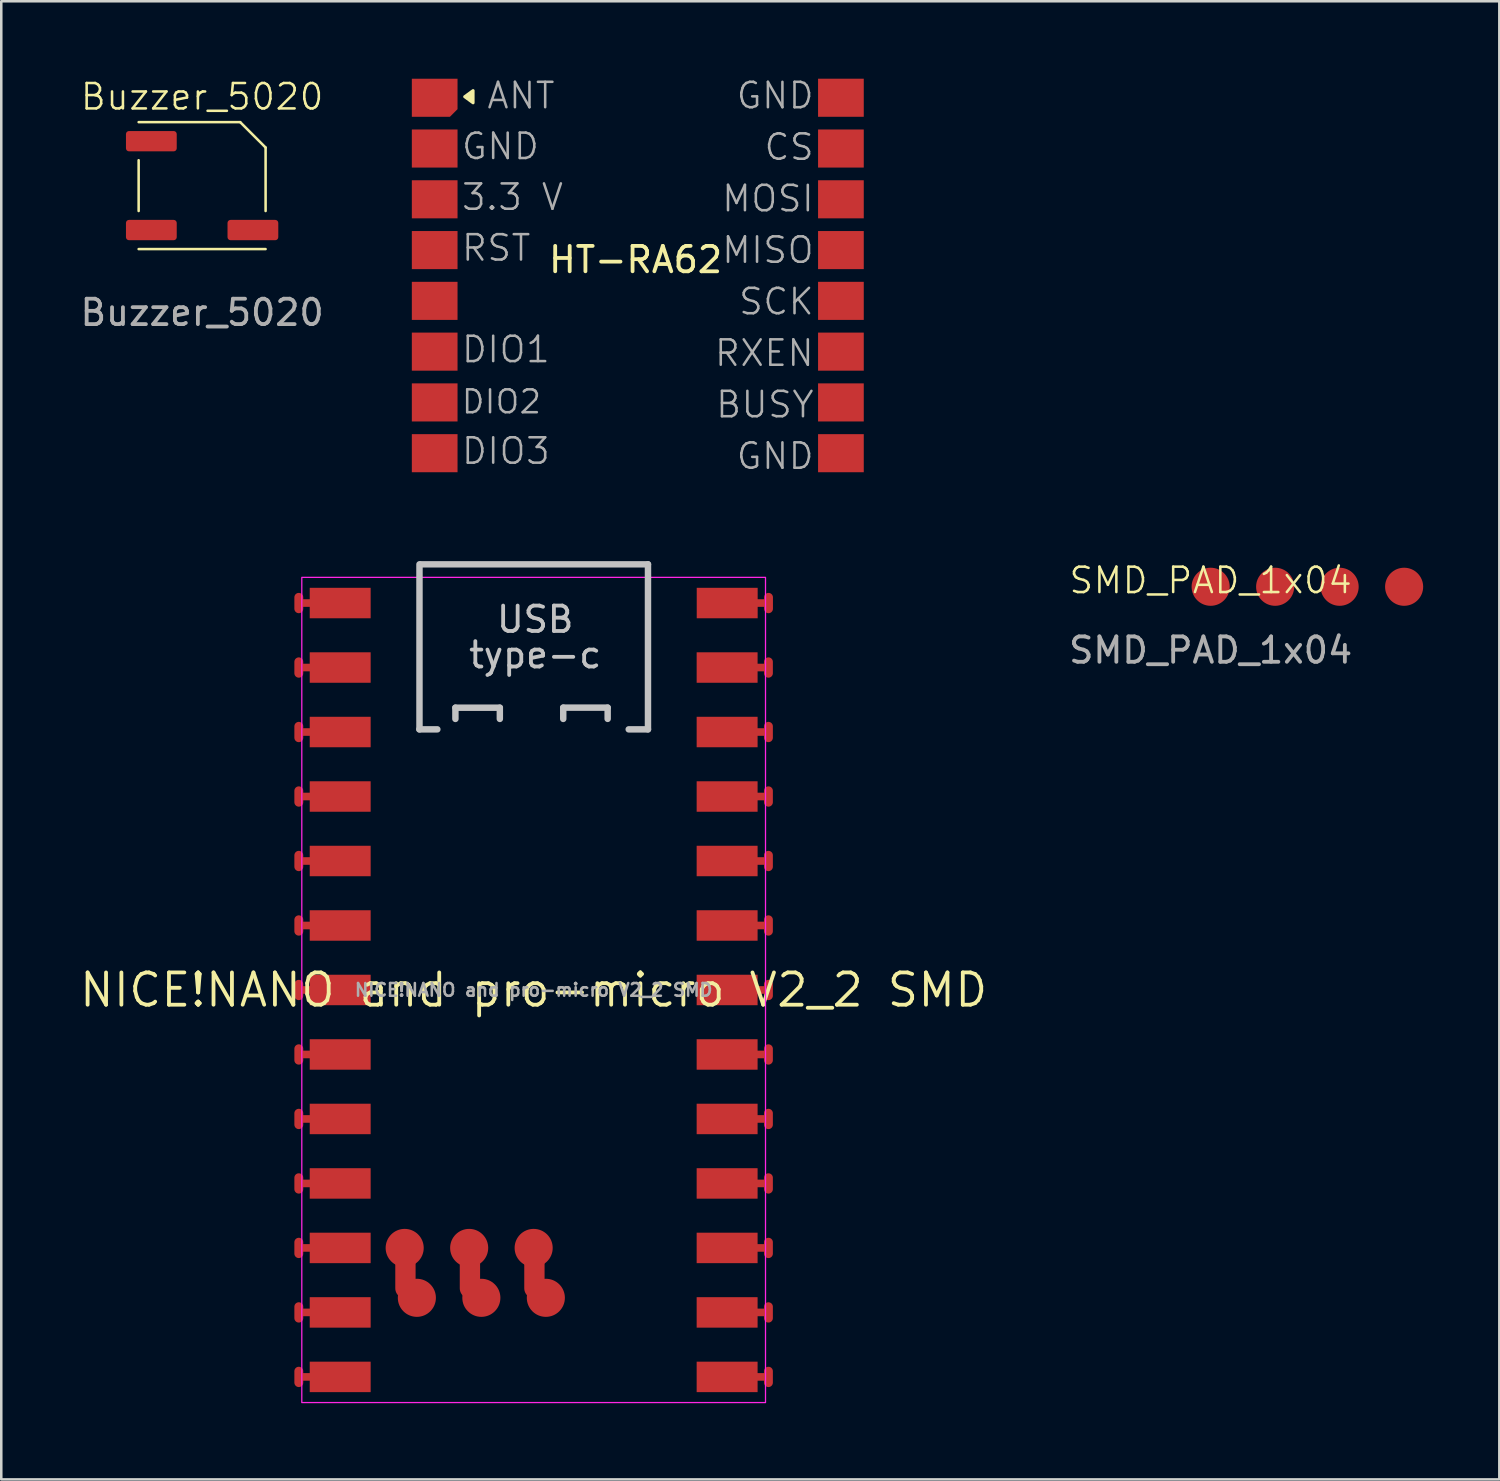
<source format=kicad_pcb>
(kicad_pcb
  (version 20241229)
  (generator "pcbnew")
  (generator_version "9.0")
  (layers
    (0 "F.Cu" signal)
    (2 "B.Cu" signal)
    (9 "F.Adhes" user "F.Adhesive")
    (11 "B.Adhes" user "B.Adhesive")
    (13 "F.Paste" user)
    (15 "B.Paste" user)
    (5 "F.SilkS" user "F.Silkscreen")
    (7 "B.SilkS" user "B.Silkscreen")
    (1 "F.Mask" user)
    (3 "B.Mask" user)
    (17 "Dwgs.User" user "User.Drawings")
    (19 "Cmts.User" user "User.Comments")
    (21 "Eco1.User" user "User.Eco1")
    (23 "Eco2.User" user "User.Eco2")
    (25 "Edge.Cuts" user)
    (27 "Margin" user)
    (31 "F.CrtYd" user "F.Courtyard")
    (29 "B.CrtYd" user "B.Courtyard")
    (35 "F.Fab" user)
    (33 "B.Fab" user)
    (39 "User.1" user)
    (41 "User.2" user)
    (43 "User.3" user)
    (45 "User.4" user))
  (footprint "Buzzer_5020"
    (layer "F.Cu")
    (at 4.911 4.261)
    (property "Reference" "Buzzer_5020" (at 0 -3.5 0) (unlocked yes) (layer "F.SilkS") (effects (font (size 1 1) (thickness 0.1))))
    (attr smd)
    (fp_line (start -2.5 -2.5) (end 1.5 -2.5) (stroke (width 0.1) (type solid)) (layer "F.SilkS"))
    (fp_line (start -2.5 -1) (end -2.5 1) (stroke (width 0.1) (type solid)) (layer "F.SilkS"))
    (fp_line (start -2.5 2.5) (end 2.5 2.5) (stroke (width 0.1) (type solid)) (layer "F.SilkS"))
    (fp_line (start 2.5 -1.5) (end 1.5 -2.5) (stroke (width 0.1) (type default)) (layer "F.SilkS"))
    (fp_line (start 2.5 1) (end 2.5 -1.5) (stroke (width 0.1) (type solid)) (layer "F.SilkS"))
    (fp_text user "${REFERENCE}" (at 0 5 0) (unlocked yes) (layer "F.Fab") (effects (font (size 1 1) (thickness 0.15))))
    (pad "" smd roundrect (at -2 -1.75) (size 2 0.8) (layers "F.Cu" "F.Mask" "F.Paste") (roundrect_rratio 0.15))
    (pad "1" smd roundrect (at -2 1.75) (size 2 0.8) (layers "F.Cu" "F.Mask" "F.Paste") (roundrect_rratio 0.15))
    (pad "2" smd roundrect (at 2 1.75) (size 2 0.8) (layers "F.Cu" "F.Mask" "F.Paste") (roundrect_rratio 0.15)))
  (footprint "SMD_PAD_1x04"
    (layer "F.Cu")
    (at 44.634 20.061)
    (property "Reference" "SMD_PAD_1x04" (at 0 -0.25 0) (unlocked yes) (layer "F.SilkS") (effects (font (size 1 1) (thickness 0.1))))
    (attr smd)
    (fp_text user "${REFERENCE}" (at 0 2.5 0) (unlocked yes) (layer "F.Fab") (effects (font (size 1 1) (thickness 0.15))))
    (pad "1" smd circle (at 0 0 90) (size 1.5 1.5) (layers "F.Cu" "F.Mask" "F.Paste"))
    (pad "2" smd circle (at 2.54 0 90) (size 1.5 1.5) (layers "F.Cu" "F.Mask" "F.Paste"))
    (pad "3" smd circle (at 5.08 0 90) (size 1.5 1.5) (layers "F.Cu" "F.Mask" "F.Paste"))
    (pad "4" smd circle (at 7.62 0 90) (size 1.5 1.5) (layers "F.Cu" "F.Mask" "F.Paste")))
  (footprint "HT-RA62"
    (layer "F.Cu")
    (at 13.071 15.8)
    (property "Reference" "HT-RA62" (at 8.913 -8.62 0) (layer "F.SilkS") (effects (font (size 1 1) (thickness 0.15))))
    (fp_poly (pts (xy 2.182 -15.041) (xy 2.512 -15.281) (xy 2.512 -14.801)) (stroke (width 0.12) (type solid)) (fill yes) (layer "F.SilkS"))
    (fp_text user "GND" (at 2 -12.5 0) (unlocked yes) (layer "F.Fab") (effects (font (size 1 1) (thickness 0.1)) (justify left bottom)))
    (fp_text user "DIO1" (at 2 -4.5 0) (unlocked yes) (layer "F.Fab") (effects (font (size 1 1) (thickness 0.1)) (justify left bottom)))
    (fp_text user "ANT" (at 3 -14.5 0) (unlocked yes) (layer "F.Fab") (effects (font (size 1 1) (thickness 0.1)) (justify left bottom)))
    (fp_text user "MOSI" (at 16 -10.443 0) (unlocked yes) (layer "F.Fab") (effects (font (size 1 1) (thickness 0.1)) (justify right bottom)))
    (fp_text user "RST" (at 2 -8.5 0) (unlocked yes) (layer "F.Fab") (effects (font (size 1 1) (thickness 0.1)) (justify left bottom)))
    (fp_text user "BUSY" (at 16 -2.329 0) (unlocked yes) (layer "F.Fab") (effects (font (size 1 1) (thickness 0.1)) (justify right bottom)))
    (fp_text user "MISO" (at 16 -8.414 0) (unlocked yes) (layer "F.Fab") (effects (font (size 1 1) (thickness 0.1)) (justify right bottom)))
    (fp_text user "SCK" (at 16 -6.386 0) (unlocked yes) (layer "F.Fab") (effects (font (size 1 1) (thickness 0.1)) (justify right bottom)))
    (fp_text user "DIO3" (at 2 -0.5 0) (unlocked yes) (layer "F.Fab") (effects (font (size 1 1) (thickness 0.1)) (justify left bottom)))
    (fp_text user "GND" (at 16 -0.3 0) (unlocked yes) (layer "F.Fab") (effects (font (size 1 1) (thickness 0.1)) (justify right bottom)))
    (fp_text user "RXEN" (at 16 -4.357 0) (unlocked yes) (layer "F.Fab") (effects (font (size 1 1) (thickness 0.1)) (justify right bottom)))
    (fp_text user "GND" (at 16 -14.5 0) (unlocked yes) (layer "F.Fab") (effects (font (size 1 1) (thickness 0.1)) (justify right bottom)))
    (fp_text user "3.3 V" (at 2 -10.5 0) (unlocked yes) (layer "F.Fab") (effects (font (size 1 1) (thickness 0.1)) (justify left bottom)))
    (fp_text user "CS" (at 16 -12.471 0) (unlocked yes) (layer "F.Fab") (effects (font (size 1 1) (thickness 0.1)) (justify right bottom)))
    (fp_text user "DIO2" (at 2 -2.5 0) (unlocked yes) (layer "F.Fab") (effects (font (size 0.9 0.9) (thickness 0.1)) (justify left bottom)))
    (pad "1" smd roundrect (at 1 -15 90) (size 1.5 1.8) (layers "F.Cu" "F.Mask" "F.Paste") (roundrect_rratio 0) (chamfer_ratio 0.2) (chamfer bottom_left))
    (pad "2" smd rect (at 1 -13 90) (size 1.5 1.8) (layers "F.Cu" "F.Mask" "F.Paste"))
    (pad "3" smd rect (at 1 -11 90) (size 1.5 1.8) (layers "F.Cu" "F.Mask" "F.Paste"))
    (pad "4" smd rect (at 1 -9 90) (size 1.5 1.8) (layers "F.Cu" "F.Mask" "F.Paste"))
    (pad "5" smd rect (at 1 -7 90) (size 1.5 1.8) (layers "F.Cu" "F.Mask" "F.Paste"))
    (pad "6" smd rect (at 1 -5 90) (size 1.5 1.8) (layers "F.Cu" "F.Mask" "F.Paste"))
    (pad "7" smd rect (at 1 -3 90) (size 1.5 1.8) (layers "F.Cu" "F.Mask" "F.Paste"))
    (pad "8" smd rect (at 1 -1 90) (size 1.5 1.8) (layers "F.Cu" "F.Mask" "F.Paste"))
    (pad "9" smd rect (at 17 -1 90) (size 1.5 1.8) (layers "F.Cu" "F.Mask" "F.Paste"))
    (pad "10" smd rect (at 17 -3 90) (size 1.5 1.8) (layers "F.Cu" "F.Mask" "F.Paste"))
    (pad "11" smd rect (at 17 -5 90) (size 1.5 1.8) (layers "F.Cu" "F.Mask" "F.Paste"))
    (pad "12" smd rect (at 17 -7 90) (size 1.5 1.8) (layers "F.Cu" "F.Mask" "F.Paste"))
    (pad "13" smd rect (at 17 -9 90) (size 1.5 1.8) (layers "F.Cu" "F.Mask" "F.Paste"))
    (pad "14" smd rect (at 17 -11 90) (size 1.5 1.8) (layers "F.Cu" "F.Mask" "F.Paste"))
    (pad "15" smd rect (at 17 -13 90) (size 1.5 1.8) (layers "F.Cu" "F.Mask" "F.Paste"))
    (pad "16" smd rect (at 17 -15 90) (size 1.5 1.8) (layers "F.Cu" "F.Mask" "F.Paste")))
  (footprint "NICE!NANO and pro-micro V2_2 SMD"
    (layer "F.Cu")
    (at 17.969 35.942)
    (property "Reference" "NICE!NANO and pro-micro V2_2 SMD" (at 0 0 180) (layer "F.SilkS") (effects (font (size 1.27 1.27) (thickness 0.15))))
    (attr smd)
    (fp_line (start -4.502 -10.265) (end -3.793 -10.265) (stroke (width 0.254) (type solid)) (layer "Dwgs.User"))
    (fp_line (start -4.497 -16.765) (end -4.497 -10.265) (stroke (width 0.254) (type solid)) (layer "Dwgs.User"))
    (fp_line (start -4.447 -16.765) (end 4.503 -16.765) (stroke (width 0.254) (type solid)) (layer "Dwgs.User"))
    (fp_line (start -3.082 -11.118) (end -3.082 -10.676) (stroke (width 0.254) (type solid)) (layer "Dwgs.User"))
    (fp_line (start -3.082 -11.118) (end -1.332 -11.118) (stroke (width 0.254) (type solid)) (layer "Dwgs.User"))
    (fp_line (start -1.332 -11.118) (end -1.332 -10.676) (stroke (width 0.254) (type solid)) (layer "Dwgs.User"))
    (fp_line (start 1.165 -11.12) (end 1.165 -10.676) (stroke (width 0.254) (type solid)) (layer "Dwgs.User"))
    (fp_line (start 1.165 -11.12) (end 2.915 -11.12) (stroke (width 0.254) (type solid)) (layer "Dwgs.User"))
    (fp_line (start 2.915 -11.12) (end 2.915 -10.678) (stroke (width 0.254) (type solid)) (layer "Dwgs.User"))
    (fp_line (start 3.744 -10.265) (end 4.503 -10.265) (stroke (width 0.254) (type solid)) (layer "Dwgs.User"))
    (fp_line (start 4.503 -16.765) (end 4.503 -10.265) (stroke (width 0.254) (type solid)) (layer "Dwgs.User"))
    (fp_rect (start -9.132 -16.252) (end 9.132 16.252) (stroke (width 0.05) (type default)) (fill no) (layer "F.CrtYd"))
    (fp_text user "type-c" (at 0.06 -12.61 0) (unlocked yes) (layer "Dwgs.User") (effects (font (size 1 1) (thickness 0.15)) (justify bottom)))
    (fp_text user "USB" (at 0.06 -14.01 0) (unlocked yes) (layer "Dwgs.User") (effects (font (size 1 1) (thickness 0.15)) (justify bottom)))
    (fp_text user "${REFERENCE}" (at 0 0 180) (layer "F.Fab") (effects (font (size 0.5 0.5) (thickness 0.1))))
    (pad "0" smd oval (at -9.25 -15.24 270) (size 0.8 0.35) (layers "F.Cu" "F.Mask"))
    (pad "0" smd rect (at -9 -15.24 270) (size 0.3 0.5) (layers "F.Cu"))
    (pad "0" smd rect (at -7.62 -15.24 270) (size 1.2 2.4) (layers "F.Cu" "F.Mask" "F.Paste"))
    (pad "1" smd oval (at -9.25 -12.7 270) (size 0.8 0.35) (layers "F.Cu" "F.Mask"))
    (pad "1" smd rect (at -9 -12.7 270) (size 0.3 0.5) (layers "F.Cu"))
    (pad "1" smd rect (at -7.62 -12.7 270) (size 1.2 2.4) (layers "F.Cu" "F.Mask" "F.Paste"))
    (pad "2" smd oval (at -9.25 -10.16 270) (size 0.8 0.35) (layers "F.Cu" "F.Mask"))
    (pad "2" smd rect (at -9 -10.16 270) (size 0.3 0.5) (layers "F.Cu"))
    (pad "2" smd rect (at -7.62 -10.16 270) (size 1.2 2.4) (layers "F.Cu" "F.Mask" "F.Paste"))
    (pad "3" smd oval (at -9.25 -7.62 270) (size 0.8 0.35) (layers "F.Cu" "F.Mask"))
    (pad "3" smd rect (at -9 -7.62 270) (size 0.3 0.5) (layers "F.Cu"))
    (pad "3" smd rect (at -7.62 -7.62 270) (size 1.2 2.4) (layers "F.Cu" "F.Mask" "F.Paste"))
    (pad "4" smd oval (at -9.25 -5.08 270) (size 0.8 0.35) (layers "F.Cu" "F.Mask"))
    (pad "4" smd rect (at -9 -5.08 270) (size 0.3 0.5) (layers "F.Cu"))
    (pad "4" smd rect (at -7.62 -5.08 270) (size 1.2 2.4) (layers "F.Cu" "F.Mask" "F.Paste"))
    (pad "5" smd oval (at -9.25 -2.54 270) (size 0.8 0.35) (layers "F.Cu" "F.Mask"))
    (pad "5" smd rect (at -9 -2.54 270) (size 0.3 0.5) (layers "F.Cu"))
    (pad "5" smd rect (at -7.62 -2.54 270) (size 1.2 2.4) (layers "F.Cu" "F.Mask" "F.Paste"))
    (pad "6" smd oval (at -9.25 0 270) (size 0.8 0.35) (layers "F.Cu" "F.Mask"))
    (pad "6" smd rect (at -9 0 270) (size 0.3 0.5) (layers "F.Cu"))
    (pad "6" smd rect (at -7.62 0 270) (size 1.2 2.4) (layers "F.Cu" "F.Mask" "F.Paste"))
    (pad "7" smd oval (at -9.25 2.54 270) (size 0.8 0.35) (layers "F.Cu" "F.Mask"))
    (pad "7" smd rect (at -9 2.54 270) (size 0.3 0.5) (layers "F.Cu"))
    (pad "7" smd rect (at -7.62 2.54 270) (size 1.2 2.4) (layers "F.Cu" "F.Mask" "F.Paste"))
    (pad "8" smd oval (at -9.25 5.08 270) (size 0.8 0.35) (layers "F.Cu" "F.Mask"))
    (pad "8" smd rect (at -9 5.08 270) (size 0.3 0.5) (layers "F.Cu"))
    (pad "8" smd rect (at -7.62 5.08 270) (size 1.2 2.4) (layers "F.Cu" "F.Mask" "F.Paste"))
    (pad "9" smd oval (at -9.25 7.62 270) (size 0.8 0.35) (layers "F.Cu" "F.Mask"))
    (pad "9" smd rect (at -9 7.62 270) (size 0.3 0.5) (layers "F.Cu"))
    (pad "9" smd rect (at -7.62 7.62 270) (size 1.2 2.4) (layers "F.Cu" "F.Mask" "F.Paste"))
    (pad "10" smd oval (at -9.25 10.16 270) (size 0.8 0.35) (layers "F.Cu" "F.Mask"))
    (pad "10" smd rect (at -9 10.16 270) (size 0.3 0.5) (layers "F.Cu"))
    (pad "10" smd rect (at -7.62 10.16 270) (size 1.2 2.4) (layers "F.Cu" "F.Mask" "F.Paste"))
    (pad "11" smd oval (at -9.25 12.7 270) (size 0.8 0.35) (layers "F.Cu" "F.Mask"))
    (pad "11" smd rect (at -9 12.7 270) (size 0.3 0.5) (layers "F.Cu"))
    (pad "11" smd rect (at -7.62 12.7 270) (size 1.2 2.4) (layers "F.Cu" "F.Mask" "F.Paste"))
    (pad "12" smd oval (at -9.25 15.24 270) (size 0.8 0.35) (layers "F.Cu" "F.Mask"))
    (pad "12" smd rect (at -9 15.24 270) (size 0.3 0.5) (layers "F.Cu"))
    (pad "12" smd rect (at -7.62 15.24 270) (size 1.2 2.4) (layers "F.Cu" "F.Mask" "F.Paste"))
    (pad "13" smd rect (at 7.62 15.24 270) (size 1.2 2.4) (layers "F.Cu" "F.Mask" "F.Paste"))
    (pad "13" smd rect (at 8.997 15.24 270) (size 0.3 0.5) (layers "F.Cu"))
    (pad "13" smd oval (at 9.247 15.24 270) (size 0.8 0.35) (layers "F.Cu" "F.Mask"))
    (pad "14" smd rect (at 7.62 12.7 270) (size 1.2 2.4) (layers "F.Cu" "F.Mask" "F.Paste"))
    (pad "14" smd rect (at 8.997 12.7 270) (size 0.3 0.5) (layers "F.Cu"))
    (pad "14" smd oval (at 9.247 12.7 270) (size 0.8 0.35) (layers "F.Cu" "F.Mask"))
    (pad "15" smd rect (at 7.62 10.16 270) (size 1.2 2.4) (layers "F.Cu" "F.Mask" "F.Paste"))
    (pad "15" smd rect (at 8.997 10.16 270) (size 0.3 0.5) (layers "F.Cu"))
    (pad "15" smd oval (at 9.247 10.16 270) (size 0.8 0.35) (layers "F.Cu" "F.Mask"))
    (pad "16" smd rect (at 7.62 7.62 270) (size 1.2 2.4) (layers "F.Cu" "F.Mask" "F.Paste"))
    (pad "16" smd rect (at 8.997 7.62 270) (size 0.3 0.5) (layers "F.Cu"))
    (pad "16" smd oval (at 9.247 7.62 270) (size 0.8 0.35) (layers "F.Cu" "F.Mask"))
    (pad "17" smd rect (at 7.62 5.08 270) (size 1.2 2.4) (layers "F.Cu" "F.Mask" "F.Paste"))
    (pad "17" smd rect (at 8.997 5.08 270) (size 0.3 0.5) (layers "F.Cu"))
    (pad "17" smd oval (at 9.247 5.08 270) (size 0.8 0.35) (layers "F.Cu" "F.Mask"))
    (pad "18" smd rect (at 7.62 2.54 270) (size 1.2 2.4) (layers "F.Cu" "F.Mask" "F.Paste"))
    (pad "18" smd rect (at 8.997 2.54 270) (size 0.3 0.5) (layers "F.Cu"))
    (pad "18" smd oval (at 9.247 2.54 270) (size 0.8 0.35) (layers "F.Cu" "F.Mask"))
    (pad "19" smd rect (at 7.62 0 270) (size 1.2 2.4) (layers "F.Cu" "F.Mask" "F.Paste"))
    (pad "19" smd rect (at 8.997 0 270) (size 0.3 0.5) (layers "F.Cu"))
    (pad "19" smd oval (at 9.247 0 270) (size 0.8 0.35) (layers "F.Cu" "F.Mask"))
    (pad "20" smd rect (at 7.62 -2.54 270) (size 1.2 2.4) (layers "F.Cu" "F.Mask" "F.Paste"))
    (pad "20" smd rect (at 8.997 -2.54 270) (size 0.3 0.5) (layers "F.Cu"))
    (pad "20" smd oval (at 9.247 -2.54 270) (size 0.8 0.35) (layers "F.Cu" "F.Mask"))
    (pad "21" smd rect (at 7.62 -5.08 270) (size 1.2 2.4) (layers "F.Cu" "F.Mask" "F.Paste"))
    (pad "21" smd rect (at 8.997 -5.08 270) (size 0.3 0.5) (layers "F.Cu"))
    (pad "21" smd oval (at 9.247 -5.08 270) (size 0.8 0.35) (layers "F.Cu" "F.Mask"))
    (pad "22" smd rect (at 7.62 -7.62 270) (size 1.2 2.4) (layers "F.Cu" "F.Mask" "F.Paste"))
    (pad "22" smd rect (at 8.997 -7.62 270) (size 0.3 0.5) (layers "F.Cu"))
    (pad "22" smd oval (at 9.247 -7.62 270) (size 0.8 0.35) (layers "F.Cu" "F.Mask"))
    (pad "23" smd rect (at 7.62 -10.16 270) (size 1.2 2.4) (layers "F.Cu" "F.Mask" "F.Paste"))
    (pad "23" smd rect (at 8.997 -10.16 270) (size 0.3 0.5) (layers "F.Cu"))
    (pad "23" smd oval (at 9.247 -10.16 270) (size 0.8 0.35) (layers "F.Cu" "F.Mask"))
    (pad "24" smd rect (at 7.62 -12.7 270) (size 1.2 2.4) (layers "F.Cu" "F.Mask" "F.Paste"))
    (pad "24" smd rect (at 8.997 -12.7 270) (size 0.3 0.5) (layers "F.Cu"))
    (pad "24" smd oval (at 9.247 -12.7 270) (size 0.8 0.35) (layers "F.Cu" "F.Mask"))
    (pad "25" smd rect (at 7.623 -15.24 270) (size 1.2 2.4) (layers "F.Cu" "F.Mask" "F.Paste"))
    (pad "25" smd rect (at 9 -15.24 270) (size 0.3 0.5) (layers "F.Cu"))
    (pad "25" smd oval (at 9.25 -15.24 270) (size 0.8 0.35) (layers "F.Cu" "F.Mask"))
    (pad "26" smd circle (at -5.08 10.16) (size 1.5 1.5) (layers "F.Cu" "F.Mask" "F.Paste"))
    (pad "26" smd oval (at -5.05 11.15) (size 0.8 2) (layers "F.Cu"))
    (pad "26" smd circle (at -4.6 12.125) (size 1.5 1.5) (layers "F.Cu" "F.Mask" "F.Paste"))
    (pad "27" smd circle (at -2.54 10.16) (size 1.5 1.5) (layers "F.Cu" "F.Mask" "F.Paste"))
    (pad "27" smd oval (at -2.51 11.15) (size 0.8 2) (layers "F.Cu"))
    (pad "27" smd circle (at -2.06 12.125) (size 1.5 1.5) (layers "F.Cu" "F.Mask" "F.Paste"))
    (pad "28" smd circle (at 0 10.16) (size 1.5 1.5) (layers "F.Cu" "F.Mask" "F.Paste"))
    (pad "28" smd oval (at 0.03 11.15) (size 0.8 2) (layers "F.Cu"))
    (pad "28" smd circle (at 0.48 12.125) (size 1.5 1.5) (layers "F.Cu" "F.Mask" "F.Paste")))
  (gr_rect
    (start -3 -3)
    (end 56.004 55.219)
    (stroke (width 0.1) (type default))
    (fill no)
    (layer "Edge.Cuts")))
</source>
